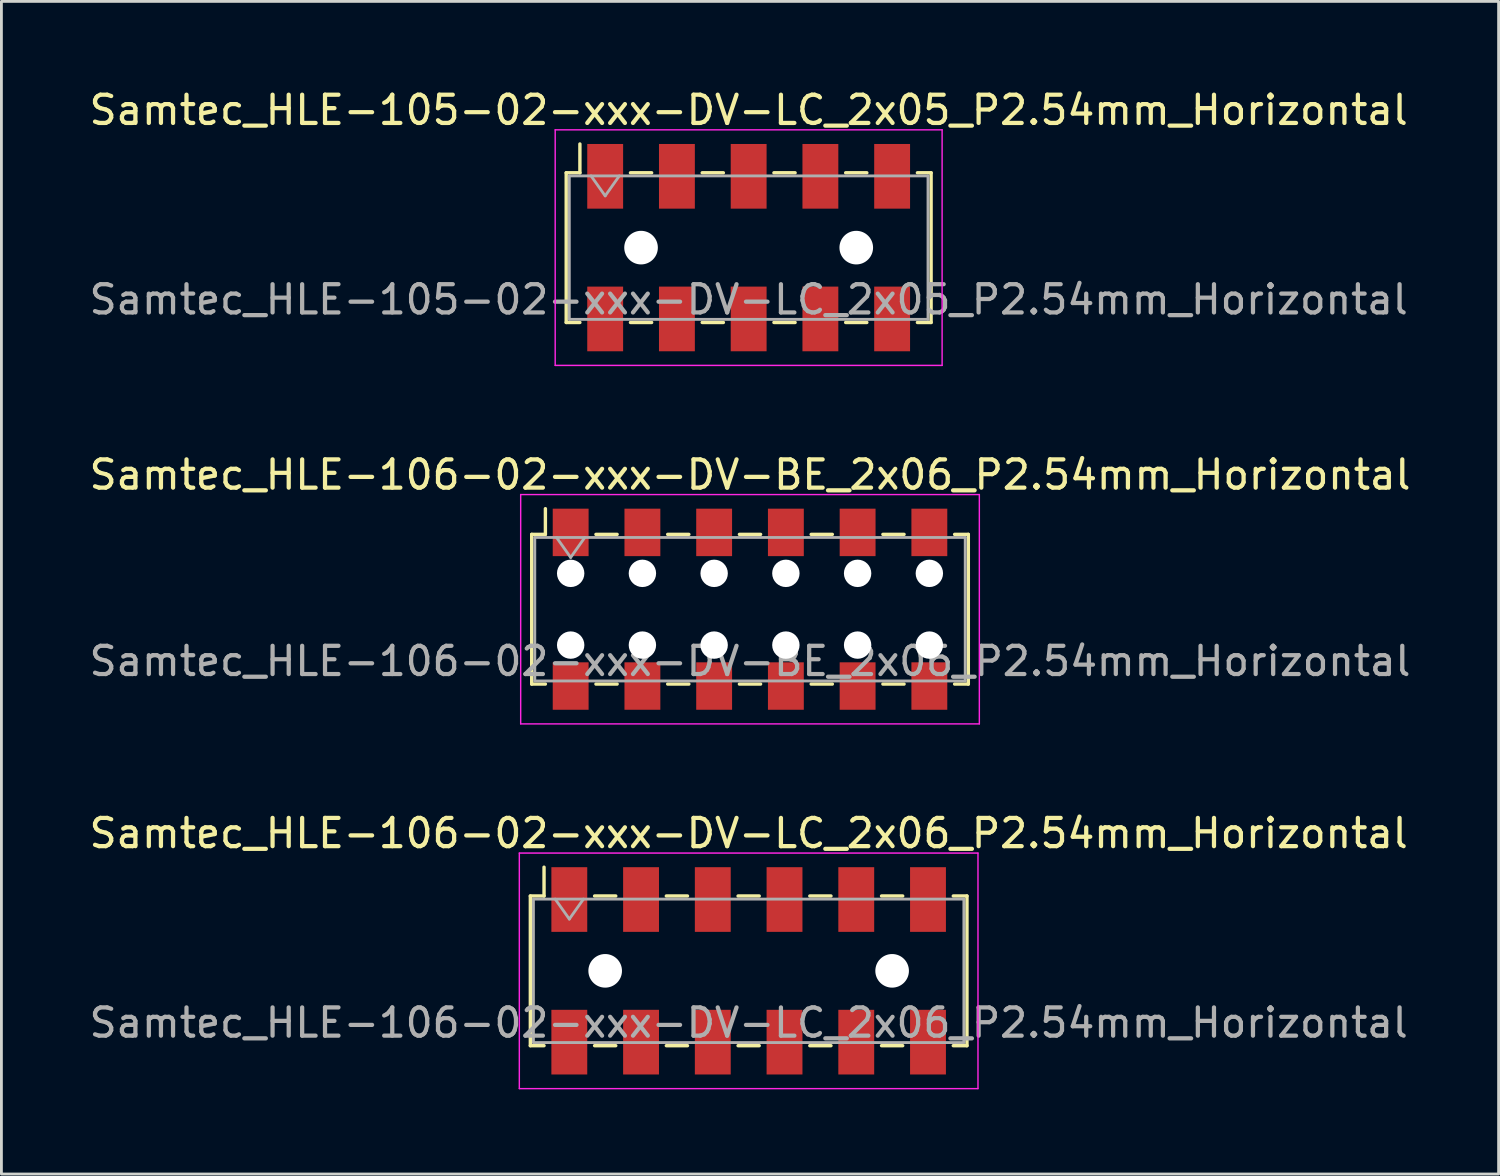
<source format=kicad_pcb>
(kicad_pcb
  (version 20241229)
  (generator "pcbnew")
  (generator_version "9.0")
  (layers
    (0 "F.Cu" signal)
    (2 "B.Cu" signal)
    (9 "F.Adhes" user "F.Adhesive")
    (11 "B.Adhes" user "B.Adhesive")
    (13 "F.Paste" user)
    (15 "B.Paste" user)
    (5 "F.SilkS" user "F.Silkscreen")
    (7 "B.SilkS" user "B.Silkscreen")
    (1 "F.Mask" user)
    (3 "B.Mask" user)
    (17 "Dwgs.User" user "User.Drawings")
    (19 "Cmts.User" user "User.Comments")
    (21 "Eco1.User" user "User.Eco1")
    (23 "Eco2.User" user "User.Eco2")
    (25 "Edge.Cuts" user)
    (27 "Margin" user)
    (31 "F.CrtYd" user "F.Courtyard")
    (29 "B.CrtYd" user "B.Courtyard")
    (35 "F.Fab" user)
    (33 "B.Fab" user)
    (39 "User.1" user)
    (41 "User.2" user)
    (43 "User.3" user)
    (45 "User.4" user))
  (footprint "Samtec_HLE-105-02-xxx-DV-LC_2x05_P2.54mm_Horizontal"
    (layer "F.Cu")
    (at 23.458 5.718)
    (property "Reference" "Samtec_HLE-105-02-xxx-DV-LC_2x05_P2.54mm_Horizontal" (at 0 -4.87 0) (layer "F.SilkS") (effects (font (size 1 1) (thickness 0.15))))
    (attr smd)
    (fp_line (start -6.46 -2.65) (end -6.46 2.65) (stroke (width 0.12) (type solid)) (layer "F.SilkS"))
    (fp_line (start -6.46 2.65) (end -5.975 2.65) (stroke (width 0.12) (type solid)) (layer "F.SilkS"))
    (fp_line (start -5.975 -3.67) (end -5.975 -2.65) (stroke (width 0.12) (type solid)) (layer "F.SilkS"))
    (fp_line (start -5.975 -2.65) (end -6.46 -2.65) (stroke (width 0.12) (type solid)) (layer "F.SilkS"))
    (fp_line (start -4.185 -2.65) (end -3.435 -2.65) (stroke (width 0.12) (type solid)) (layer "F.SilkS"))
    (fp_line (start -4.185 2.65) (end -3.435 2.65) (stroke (width 0.12) (type solid)) (layer "F.SilkS"))
    (fp_line (start -1.645 -2.65) (end -0.895 -2.65) (stroke (width 0.12) (type solid)) (layer "F.SilkS"))
    (fp_line (start -1.645 2.65) (end -0.895 2.65) (stroke (width 0.12) (type solid)) (layer "F.SilkS"))
    (fp_line (start 0.895 -2.65) (end 1.645 -2.65) (stroke (width 0.12) (type solid)) (layer "F.SilkS"))
    (fp_line (start 0.895 2.65) (end 1.645 2.65) (stroke (width 0.12) (type solid)) (layer "F.SilkS"))
    (fp_line (start 3.435 -2.65) (end 4.185 -2.65) (stroke (width 0.12) (type solid)) (layer "F.SilkS"))
    (fp_line (start 3.435 2.65) (end 4.185 2.65) (stroke (width 0.12) (type solid)) (layer "F.SilkS"))
    (fp_line (start 5.975 -2.65) (end 6.46 -2.65) (stroke (width 0.12) (type solid)) (layer "F.SilkS"))
    (fp_line (start 6.46 -2.65) (end 6.46 2.65) (stroke (width 0.12) (type solid)) (layer "F.SilkS"))
    (fp_line (start 6.46 2.65) (end 5.975 2.65) (stroke (width 0.12) (type solid)) (layer "F.SilkS"))
    (fp_line (start -6.85 -4.17) (end 6.85 -4.17) (stroke (width 0.05) (type solid)) (layer "F.CrtYd"))
    (fp_line (start -6.85 4.17) (end -6.85 -4.17) (stroke (width 0.05) (type solid)) (layer "F.CrtYd"))
    (fp_line (start 6.85 -4.17) (end 6.85 4.17) (stroke (width 0.05) (type solid)) (layer "F.CrtYd"))
    (fp_line (start 6.85 4.17) (end -6.85 4.17) (stroke (width 0.05) (type solid)) (layer "F.CrtYd"))
    (fp_line (start -6.35 -2.54) (end 6.35 -2.54) (stroke (width 0.1) (type solid)) (layer "F.Fab"))
    (fp_line (start -6.35 2.54) (end -6.35 -2.54) (stroke (width 0.1) (type solid)) (layer "F.Fab"))
    (fp_line (start -5.58 -2.54) (end -5.08 -1.833) (stroke (width 0.1) (type solid)) (layer "F.Fab"))
    (fp_line (start -5.08 -1.833) (end -4.58 -2.54) (stroke (width 0.1) (type solid)) (layer "F.Fab"))
    (fp_line (start 6.35 -2.54) (end 6.35 2.54) (stroke (width 0.1) (type solid)) (layer "F.Fab"))
    (fp_line (start 6.35 2.54) (end -6.35 2.54) (stroke (width 0.1) (type solid)) (layer "F.Fab"))
    (fp_text user "${REFERENCE}" (at 0 1.84 0) (layer "F.Fab") (effects (font (size 1 1) (thickness 0.15))))
    (pad "" np_thru_hole circle (at -3.81 0) (size 1.19 1.19) (drill 1.19) (layers "*.Cu" "*.Mask"))
    (pad "" np_thru_hole circle (at 3.81 0) (size 1.19 1.19) (drill 1.19) (layers "*.Cu" "*.Mask"))
    (pad "1" smd rect (at -5.08 -2.525) (size 1.27 2.29) (layers "F.Cu" "F.Mask" "F.Paste"))
    (pad "2" smd rect (at -5.08 2.525) (size 1.27 2.29) (layers "F.Cu" "F.Mask" "F.Paste"))
    (pad "3" smd rect (at -2.54 -2.525) (size 1.27 2.29) (layers "F.Cu" "F.Mask" "F.Paste"))
    (pad "4" smd rect (at -2.54 2.525) (size 1.27 2.29) (layers "F.Cu" "F.Mask" "F.Paste"))
    (pad "5" smd rect (at 0 -2.525) (size 1.27 2.29) (layers "F.Cu" "F.Mask" "F.Paste"))
    (pad "6" smd rect (at 0 2.525) (size 1.27 2.29) (layers "F.Cu" "F.Mask" "F.Paste"))
    (pad "7" smd rect (at 2.54 -2.525) (size 1.27 2.29) (layers "F.Cu" "F.Mask" "F.Paste"))
    (pad "8" smd rect (at 2.54 2.525) (size 1.27 2.29) (layers "F.Cu" "F.Mask" "F.Paste"))
    (pad "9" smd rect (at 5.08 -2.525) (size 1.27 2.29) (layers "F.Cu" "F.Mask" "F.Paste"))
    (pad "10" smd rect (at 5.08 2.525) (size 1.27 2.29) (layers "F.Cu" "F.Mask" "F.Paste")))
  (footprint "Samtec_HLE-106-02-xxx-DV-BE_2x06_P2.54mm_Horizontal"
    (layer "F.Cu")
    (at 23.506 18.521)
    (property "Reference" "Samtec_HLE-106-02-xxx-DV-BE_2x06_P2.54mm_Horizontal" (at 0 -4.76 0) (layer "F.SilkS") (effects (font (size 1 1) (thickness 0.15))))
    (attr smd)
    (fp_line (start -7.73 -2.65) (end -7.73 2.65) (stroke (width 0.12) (type solid)) (layer "F.SilkS"))
    (fp_line (start -7.73 2.65) (end -7.245 2.65) (stroke (width 0.12) (type solid)) (layer "F.SilkS"))
    (fp_line (start -7.245 -3.56) (end -7.245 -2.65) (stroke (width 0.12) (type solid)) (layer "F.SilkS"))
    (fp_line (start -7.245 -2.65) (end -7.73 -2.65) (stroke (width 0.12) (type solid)) (layer "F.SilkS"))
    (fp_line (start -5.455 -2.65) (end -4.705 -2.65) (stroke (width 0.12) (type solid)) (layer "F.SilkS"))
    (fp_line (start -5.455 2.65) (end -4.705 2.65) (stroke (width 0.12) (type solid)) (layer "F.SilkS"))
    (fp_line (start -2.915 -2.65) (end -2.165 -2.65) (stroke (width 0.12) (type solid)) (layer "F.SilkS"))
    (fp_line (start -2.915 2.65) (end -2.165 2.65) (stroke (width 0.12) (type solid)) (layer "F.SilkS"))
    (fp_line (start -0.375 -2.65) (end 0.375 -2.65) (stroke (width 0.12) (type solid)) (layer "F.SilkS"))
    (fp_line (start -0.375 2.65) (end 0.375 2.65) (stroke (width 0.12) (type solid)) (layer "F.SilkS"))
    (fp_line (start 2.165 -2.65) (end 2.915 -2.65) (stroke (width 0.12) (type solid)) (layer "F.SilkS"))
    (fp_line (start 2.165 2.65) (end 2.915 2.65) (stroke (width 0.12) (type solid)) (layer "F.SilkS"))
    (fp_line (start 4.705 -2.65) (end 5.455 -2.65) (stroke (width 0.12) (type solid)) (layer "F.SilkS"))
    (fp_line (start 4.705 2.65) (end 5.455 2.65) (stroke (width 0.12) (type solid)) (layer "F.SilkS"))
    (fp_line (start 7.245 -2.65) (end 7.73 -2.65) (stroke (width 0.12) (type solid)) (layer "F.SilkS"))
    (fp_line (start 7.73 -2.65) (end 7.73 2.65) (stroke (width 0.12) (type solid)) (layer "F.SilkS"))
    (fp_line (start 7.73 2.65) (end 7.245 2.65) (stroke (width 0.12) (type solid)) (layer "F.SilkS"))
    (fp_line (start -8.12 -4.06) (end 8.12 -4.06) (stroke (width 0.05) (type solid)) (layer "F.CrtYd"))
    (fp_line (start -8.12 4.06) (end -8.12 -4.06) (stroke (width 0.05) (type solid)) (layer "F.CrtYd"))
    (fp_line (start 8.12 -4.06) (end 8.12 4.06) (stroke (width 0.05) (type solid)) (layer "F.CrtYd"))
    (fp_line (start 8.12 4.06) (end -8.12 4.06) (stroke (width 0.05) (type solid)) (layer "F.CrtYd"))
    (fp_line (start -7.62 -2.54) (end 7.62 -2.54) (stroke (width 0.1) (type solid)) (layer "F.Fab"))
    (fp_line (start -7.62 2.54) (end -7.62 -2.54) (stroke (width 0.1) (type solid)) (layer "F.Fab"))
    (fp_line (start -6.85 -2.54) (end -6.35 -1.833) (stroke (width 0.1) (type solid)) (layer "F.Fab"))
    (fp_line (start -6.35 -1.833) (end -5.85 -2.54) (stroke (width 0.1) (type solid)) (layer "F.Fab"))
    (fp_line (start 7.62 -2.54) (end 7.62 2.54) (stroke (width 0.1) (type solid)) (layer "F.Fab"))
    (fp_line (start 7.62 2.54) (end -7.62 2.54) (stroke (width 0.1) (type solid)) (layer "F.Fab"))
    (fp_text user "${REFERENCE}" (at 0 1.84 0) (layer "F.Fab") (effects (font (size 1 1) (thickness 0.15))))
    (pad "" np_thru_hole circle (at -6.35 -1.27) (size 0.97 0.97) (drill 0.97) (layers "*.Cu" "*.Mask"))
    (pad "" np_thru_hole circle (at -6.35 1.27) (size 0.97 0.97) (drill 0.97) (layers "*.Cu" "*.Mask"))
    (pad "" np_thru_hole circle (at -3.81 -1.27) (size 0.97 0.97) (drill 0.97) (layers "*.Cu" "*.Mask"))
    (pad "" np_thru_hole circle (at -3.81 1.27) (size 0.97 0.97) (drill 0.97) (layers "*.Cu" "*.Mask"))
    (pad "" np_thru_hole circle (at -1.27 -1.27) (size 0.97 0.97) (drill 0.97) (layers "*.Cu" "*.Mask"))
    (pad "" np_thru_hole circle (at -1.27 1.27) (size 0.97 0.97) (drill 0.97) (layers "*.Cu" "*.Mask"))
    (pad "" np_thru_hole circle (at 1.27 -1.27) (size 0.97 0.97) (drill 0.97) (layers "*.Cu" "*.Mask"))
    (pad "" np_thru_hole circle (at 1.27 1.27) (size 0.97 0.97) (drill 0.97) (layers "*.Cu" "*.Mask"))
    (pad "" np_thru_hole circle (at 3.81 -1.27) (size 0.97 0.97) (drill 0.97) (layers "*.Cu" "*.Mask"))
    (pad "" np_thru_hole circle (at 3.81 1.27) (size 0.97 0.97) (drill 0.97) (layers "*.Cu" "*.Mask"))
    (pad "" np_thru_hole circle (at 6.35 -1.27) (size 0.97 0.97) (drill 0.97) (layers "*.Cu" "*.Mask"))
    (pad "" np_thru_hole circle (at 6.35 1.27) (size 0.97 0.97) (drill 0.97) (layers "*.Cu" "*.Mask"))
    (pad "1" smd rect (at -6.35 -2.72) (size 1.27 1.68) (layers "F.Cu" "F.Mask" "F.Paste"))
    (pad "2" smd rect (at -6.35 2.72) (size 1.27 1.68) (layers "F.Cu" "F.Mask" "F.Paste"))
    (pad "3" smd rect (at -3.81 -2.72) (size 1.27 1.68) (layers "F.Cu" "F.Mask" "F.Paste"))
    (pad "4" smd rect (at -3.81 2.72) (size 1.27 1.68) (layers "F.Cu" "F.Mask" "F.Paste"))
    (pad "5" smd rect (at -1.27 -2.72) (size 1.27 1.68) (layers "F.Cu" "F.Mask" "F.Paste"))
    (pad "6" smd rect (at -1.27 2.72) (size 1.27 1.68) (layers "F.Cu" "F.Mask" "F.Paste"))
    (pad "7" smd rect (at 1.27 -2.72) (size 1.27 1.68) (layers "F.Cu" "F.Mask" "F.Paste"))
    (pad "8" smd rect (at 1.27 2.72) (size 1.27 1.68) (layers "F.Cu" "F.Mask" "F.Paste"))
    (pad "9" smd rect (at 3.81 -2.72) (size 1.27 1.68) (layers "F.Cu" "F.Mask" "F.Paste"))
    (pad "10" smd rect (at 3.81 2.72) (size 1.27 1.68) (layers "F.Cu" "F.Mask" "F.Paste"))
    (pad "11" smd rect (at 6.35 -2.72) (size 1.27 1.68) (layers "F.Cu" "F.Mask" "F.Paste"))
    (pad "12" smd rect (at 6.35 2.72) (size 1.27 1.68) (layers "F.Cu" "F.Mask" "F.Paste")))
  (footprint "Samtec_HLE-106-02-xxx-DV-LC_2x06_P2.54mm_Horizontal"
    (layer "F.Cu")
    (at 23.458 31.325)
    (property "Reference" "Samtec_HLE-106-02-xxx-DV-LC_2x06_P2.54mm_Horizontal" (at 0 -4.87 0) (layer "F.SilkS") (effects (font (size 1 1) (thickness 0.15))))
    (attr smd)
    (fp_line (start -7.73 -2.65) (end -7.73 2.65) (stroke (width 0.12) (type solid)) (layer "F.SilkS"))
    (fp_line (start -7.73 2.65) (end -7.245 2.65) (stroke (width 0.12) (type solid)) (layer "F.SilkS"))
    (fp_line (start -7.245 -3.67) (end -7.245 -2.65) (stroke (width 0.12) (type solid)) (layer "F.SilkS"))
    (fp_line (start -7.245 -2.65) (end -7.73 -2.65) (stroke (width 0.12) (type solid)) (layer "F.SilkS"))
    (fp_line (start -5.455 -2.65) (end -4.705 -2.65) (stroke (width 0.12) (type solid)) (layer "F.SilkS"))
    (fp_line (start -5.455 2.65) (end -4.705 2.65) (stroke (width 0.12) (type solid)) (layer "F.SilkS"))
    (fp_line (start -2.915 -2.65) (end -2.165 -2.65) (stroke (width 0.12) (type solid)) (layer "F.SilkS"))
    (fp_line (start -2.915 2.65) (end -2.165 2.65) (stroke (width 0.12) (type solid)) (layer "F.SilkS"))
    (fp_line (start -0.375 -2.65) (end 0.375 -2.65) (stroke (width 0.12) (type solid)) (layer "F.SilkS"))
    (fp_line (start -0.375 2.65) (end 0.375 2.65) (stroke (width 0.12) (type solid)) (layer "F.SilkS"))
    (fp_line (start 2.165 -2.65) (end 2.915 -2.65) (stroke (width 0.12) (type solid)) (layer "F.SilkS"))
    (fp_line (start 2.165 2.65) (end 2.915 2.65) (stroke (width 0.12) (type solid)) (layer "F.SilkS"))
    (fp_line (start 4.705 -2.65) (end 5.455 -2.65) (stroke (width 0.12) (type solid)) (layer "F.SilkS"))
    (fp_line (start 4.705 2.65) (end 5.455 2.65) (stroke (width 0.12) (type solid)) (layer "F.SilkS"))
    (fp_line (start 7.245 -2.65) (end 7.73 -2.65) (stroke (width 0.12) (type solid)) (layer "F.SilkS"))
    (fp_line (start 7.73 -2.65) (end 7.73 2.65) (stroke (width 0.12) (type solid)) (layer "F.SilkS"))
    (fp_line (start 7.73 2.65) (end 7.245 2.65) (stroke (width 0.12) (type solid)) (layer "F.SilkS"))
    (fp_line (start -8.12 -4.17) (end 8.12 -4.17) (stroke (width 0.05) (type solid)) (layer "F.CrtYd"))
    (fp_line (start -8.12 4.17) (end -8.12 -4.17) (stroke (width 0.05) (type solid)) (layer "F.CrtYd"))
    (fp_line (start 8.12 -4.17) (end 8.12 4.17) (stroke (width 0.05) (type solid)) (layer "F.CrtYd"))
    (fp_line (start 8.12 4.17) (end -8.12 4.17) (stroke (width 0.05) (type solid)) (layer "F.CrtYd"))
    (fp_line (start -7.62 -2.54) (end 7.62 -2.54) (stroke (width 0.1) (type solid)) (layer "F.Fab"))
    (fp_line (start -7.62 2.54) (end -7.62 -2.54) (stroke (width 0.1) (type solid)) (layer "F.Fab"))
    (fp_line (start -6.85 -2.54) (end -6.35 -1.833) (stroke (width 0.1) (type solid)) (layer "F.Fab"))
    (fp_line (start -6.35 -1.833) (end -5.85 -2.54) (stroke (width 0.1) (type solid)) (layer "F.Fab"))
    (fp_line (start 7.62 -2.54) (end 7.62 2.54) (stroke (width 0.1) (type solid)) (layer "F.Fab"))
    (fp_line (start 7.62 2.54) (end -7.62 2.54) (stroke (width 0.1) (type solid)) (layer "F.Fab"))
    (fp_text user "${REFERENCE}" (at 0 1.84 0) (layer "F.Fab") (effects (font (size 1 1) (thickness 0.15))))
    (pad "" np_thru_hole circle (at -5.08 0) (size 1.19 1.19) (drill 1.19) (layers "*.Cu" "*.Mask"))
    (pad "" np_thru_hole circle (at 5.08 0) (size 1.19 1.19) (drill 1.19) (layers "*.Cu" "*.Mask"))
    (pad "1" smd rect (at -6.35 -2.525) (size 1.27 2.29) (layers "F.Cu" "F.Mask" "F.Paste"))
    (pad "2" smd rect (at -6.35 2.525) (size 1.27 2.29) (layers "F.Cu" "F.Mask" "F.Paste"))
    (pad "3" smd rect (at -3.81 -2.525) (size 1.27 2.29) (layers "F.Cu" "F.Mask" "F.Paste"))
    (pad "4" smd rect (at -3.81 2.525) (size 1.27 2.29) (layers "F.Cu" "F.Mask" "F.Paste"))
    (pad "5" smd rect (at -1.27 -2.525) (size 1.27 2.29) (layers "F.Cu" "F.Mask" "F.Paste"))
    (pad "6" smd rect (at -1.27 2.525) (size 1.27 2.29) (layers "F.Cu" "F.Mask" "F.Paste"))
    (pad "7" smd rect (at 1.27 -2.525) (size 1.27 2.29) (layers "F.Cu" "F.Mask" "F.Paste"))
    (pad "8" smd rect (at 1.27 2.525) (size 1.27 2.29) (layers "F.Cu" "F.Mask" "F.Paste"))
    (pad "9" smd rect (at 3.81 -2.525) (size 1.27 2.29) (layers "F.Cu" "F.Mask" "F.Paste"))
    (pad "10" smd rect (at 3.81 2.525) (size 1.27 2.29) (layers "F.Cu" "F.Mask" "F.Paste"))
    (pad "11" smd rect (at 6.35 -2.525) (size 1.27 2.29) (layers "F.Cu" "F.Mask" "F.Paste"))
    (pad "12" smd rect (at 6.35 2.525) (size 1.27 2.29) (layers "F.Cu" "F.Mask" "F.Paste")))
  (gr_rect
    (start -3 -3)
    (end 50.012 38.52)
    (stroke (width 0.1) (type default))
    (fill no)
    (layer "Edge.Cuts")))
</source>
